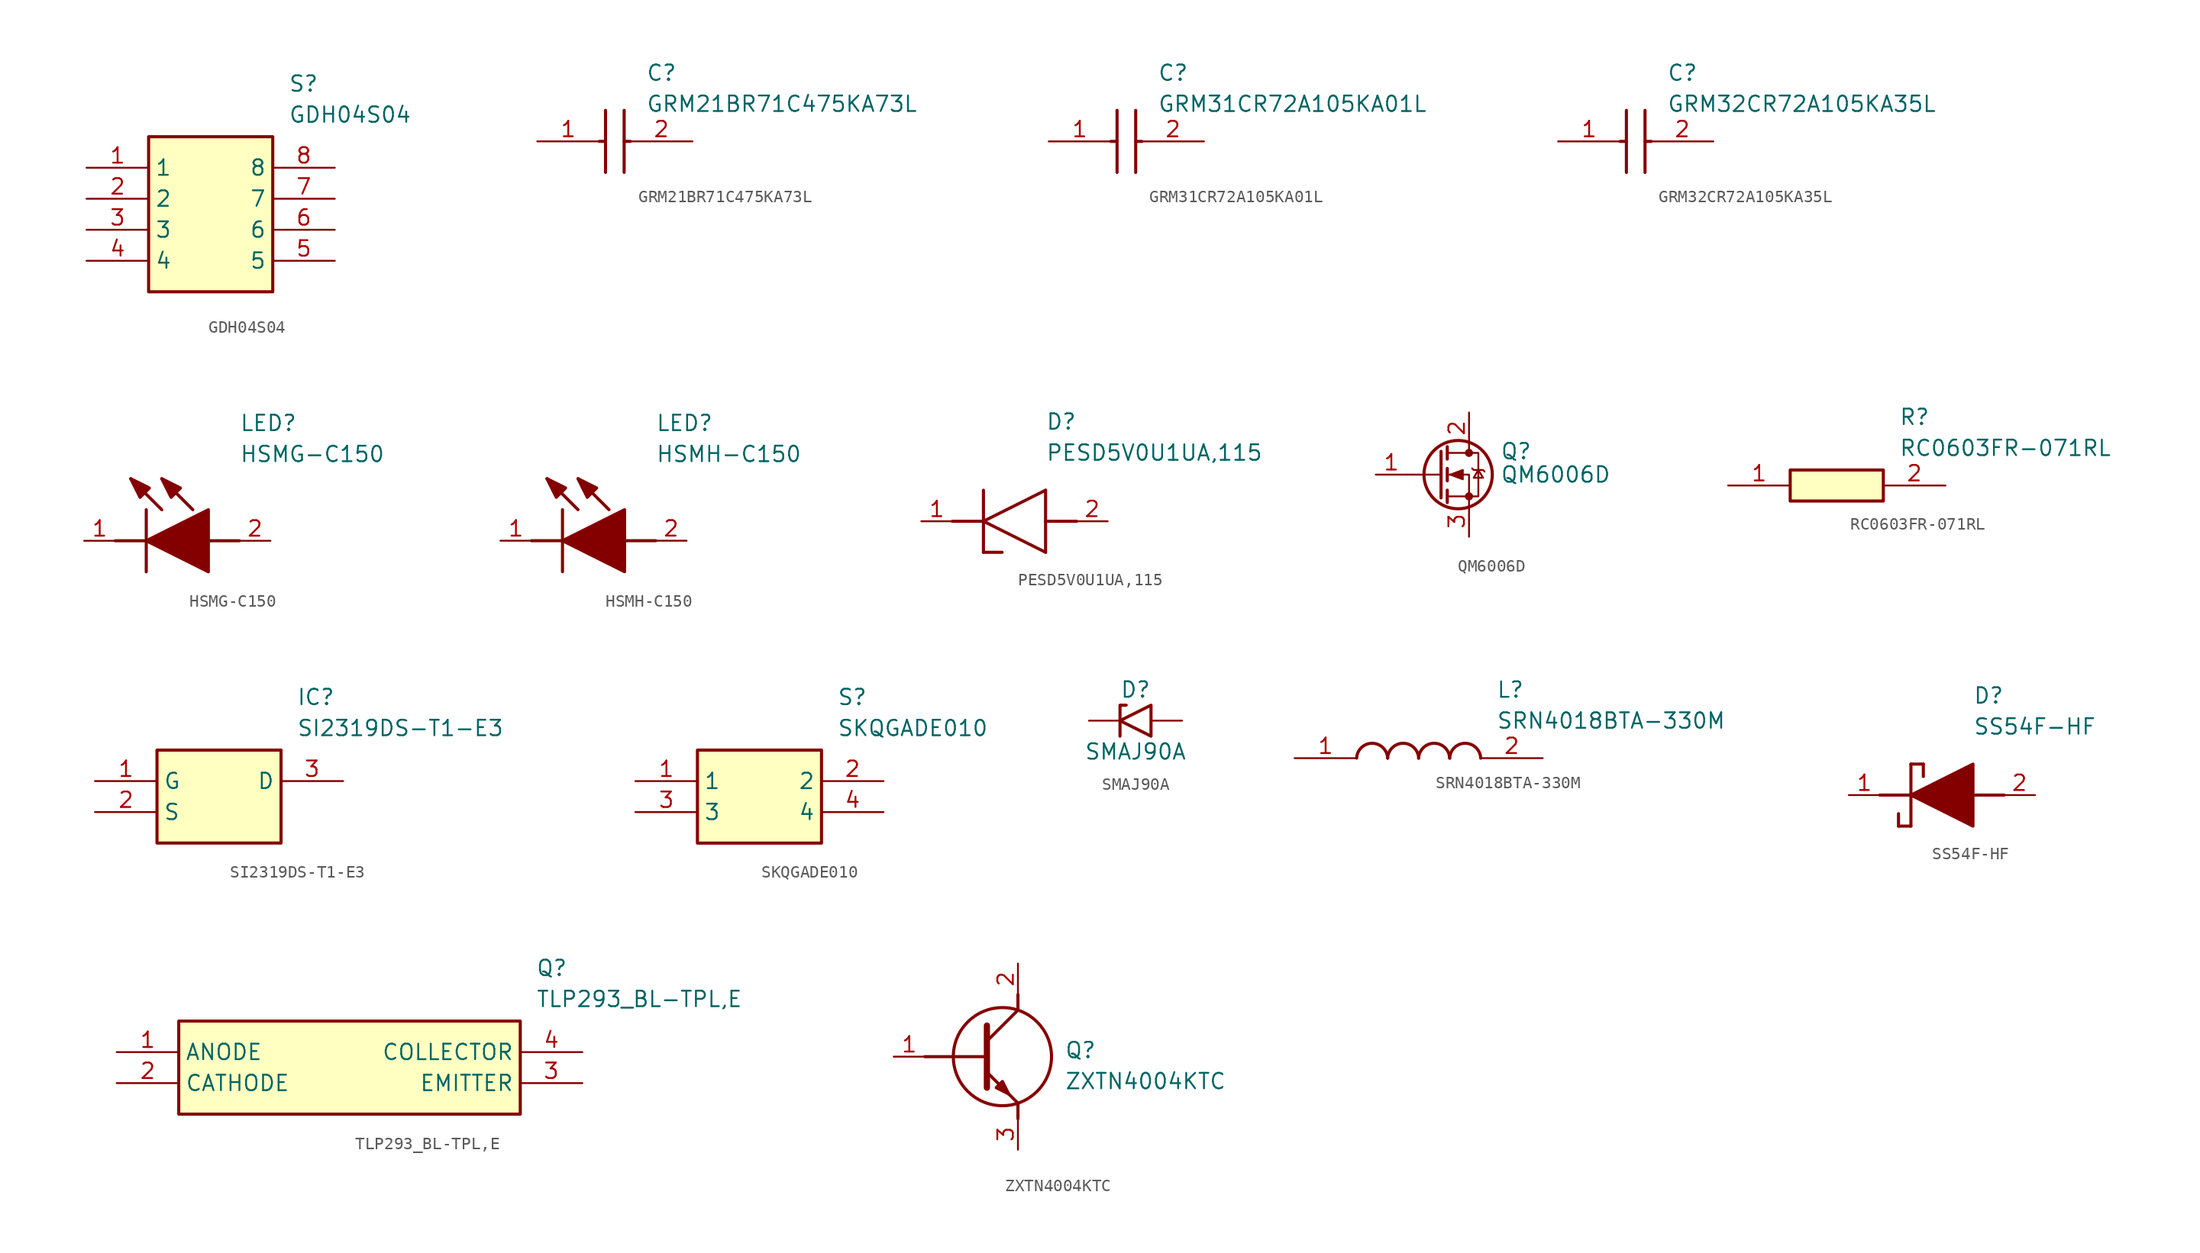
<source format=kicad_sym>
(kicad_symbol_lib
  (version 20220914)
  (generator kicad_symbol_editor)
  (symbol "GDH04S04"
    (property "Reference" "S"
      (at 16.51 7.62 0)
      (effects (font (size 1.27 1.27)) (justify left top)))
    (property "Value" "GDH04S04"
      (at 16.51 5.08 0)
      (effects (font (size 1.27 1.27)) (justify left top)))
    (symbol "GDH04S04_1_1"
      (rectangle (start 5.08 2.54) (end 15.24 -10.16) (stroke (width 0.254) (type default)) (fill (type background)))
      (pin passive line (at 0 0 0) (length 5.08) (name "1" (effects (font (size 1.27 1.27)))) (number "1" (effects (font (size 1.27 1.27)))))
      (pin passive line (at 0 -2.54 0) (length 5.08) (name "2" (effects (font (size 1.27 1.27)))) (number "2" (effects (font (size 1.27 1.27)))))
      (pin passive line (at 0 -5.08 0) (length 5.08) (name "3" (effects (font (size 1.27 1.27)))) (number "3" (effects (font (size 1.27 1.27)))))
      (pin passive line (at 0 -7.62 0) (length 5.08) (name "4" (effects (font (size 1.27 1.27)))) (number "4" (effects (font (size 1.27 1.27)))))
      (pin passive line (at 20.32 -7.62 180) (length 5.08) (name "5" (effects (font (size 1.27 1.27)))) (number "5" (effects (font (size 1.27 1.27)))))
      (pin passive line (at 20.32 -5.08 180) (length 5.08) (name "6" (effects (font (size 1.27 1.27)))) (number "6" (effects (font (size 1.27 1.27)))))
      (pin passive line (at 20.32 -2.54 180) (length 5.08) (name "7" (effects (font (size 1.27 1.27)))) (number "7" (effects (font (size 1.27 1.27)))))
      (pin passive line (at 20.32 0 180) (length 5.08) (name "8" (effects (font (size 1.27 1.27)))) (number "8" (effects (font (size 1.27 1.27)))))))
  (symbol "GRM21BR71C475KA73L"
    (pin_names hide)
    (property "Reference" "C"
      (at 8.89 6.35 0)
      (effects (font (size 1.27 1.27)) (justify left top)))
    (property "Value" "GRM21BR71C475KA73L"
      (at 8.89 3.81 0)
      (effects (font (size 1.27 1.27)) (justify left top)))
    (symbol "GRM21BR71C475KA73L_1_1"
      (polyline (pts (xy 5.08 0) (xy 5.588 0)) (stroke (width 0.254) (type default)) (fill (type none)))
      (polyline (pts (xy 5.588 2.54) (xy 5.588 -2.54)) (stroke (width 0.254) (type default)) (fill (type none)))
      (polyline (pts (xy 7.112 0) (xy 7.62 0)) (stroke (width 0.254) (type default)) (fill (type none)))
      (polyline (pts (xy 7.112 2.54) (xy 7.112 -2.54)) (stroke (width 0.254) (type default)) (fill (type none)))
      (pin passive line (at 0 0 0) (length 5.08) (name "1" (effects (font (size 1.27 1.27)))) (number "1" (effects (font (size 1.27 1.27)))))
      (pin passive line (at 12.7 0 180) (length 5.08) (name "2" (effects (font (size 1.27 1.27)))) (number "2" (effects (font (size 1.27 1.27)))))))
  (symbol "GRM31CR72A105KA01L"
    (pin_names hide)
    (property "Reference" "C"
      (at 8.89 6.35 0)
      (effects (font (size 1.27 1.27)) (justify left top)))
    (property "Value" "GRM31CR72A105KA01L"
      (at 8.89 3.81 0)
      (effects (font (size 1.27 1.27)) (justify left top)))
    (symbol "GRM31CR72A105KA01L_1_1"
      (polyline (pts (xy 5.08 0) (xy 5.588 0)) (stroke (width 0.254) (type default)) (fill (type none)))
      (polyline (pts (xy 5.588 2.54) (xy 5.588 -2.54)) (stroke (width 0.254) (type default)) (fill (type none)))
      (polyline (pts (xy 7.112 0) (xy 7.62 0)) (stroke (width 0.254) (type default)) (fill (type none)))
      (polyline (pts (xy 7.112 2.54) (xy 7.112 -2.54)) (stroke (width 0.254) (type default)) (fill (type none)))
      (pin passive line (at 0 0 0) (length 5.08) (name "1" (effects (font (size 1.27 1.27)))) (number "1" (effects (font (size 1.27 1.27)))))
      (pin passive line (at 12.7 0 180) (length 5.08) (name "2" (effects (font (size 1.27 1.27)))) (number "2" (effects (font (size 1.27 1.27)))))))
  (symbol "GRM32CR72A105KA35L"
    (pin_names hide)
    (property "Reference" "C"
      (at 8.89 6.35 0)
      (effects (font (size 1.27 1.27)) (justify left top)))
    (property "Value" "GRM32CR72A105KA35L"
      (at 8.89 3.81 0)
      (effects (font (size 1.27 1.27)) (justify left top)))
    (symbol "GRM32CR72A105KA35L_1_1"
      (polyline (pts (xy 5.08 0) (xy 5.588 0)) (stroke (width 0.254) (type default)) (fill (type none)))
      (polyline (pts (xy 5.588 2.54) (xy 5.588 -2.54)) (stroke (width 0.254) (type default)) (fill (type none)))
      (polyline (pts (xy 7.112 0) (xy 7.62 0)) (stroke (width 0.254) (type default)) (fill (type none)))
      (polyline (pts (xy 7.112 2.54) (xy 7.112 -2.54)) (stroke (width 0.254) (type default)) (fill (type none)))
      (pin passive line (at 0 0 0) (length 5.08) (name "1" (effects (font (size 1.27 1.27)))) (number "1" (effects (font (size 1.27 1.27)))))
      (pin passive line (at 12.7 0 180) (length 5.08) (name "2" (effects (font (size 1.27 1.27)))) (number "2" (effects (font (size 1.27 1.27)))))))
  (symbol "HSMG-C150"
    (pin_names hide)
    (property "Reference" "LED"
      (at 12.7 8.89 0)
      (effects (font (size 1.27 1.27)) (justify left bottom)))
    (property "Value" "HSMG-C150"
      (at 12.7 6.35 0)
      (effects (font (size 1.27 1.27)) (justify left bottom)))
    (symbol "HSMG-C150_1_1"
      (polyline (pts (xy 2.54 0) (xy 5.08 0)) (stroke (width 0.254) (type default)) (fill (type none)))
      (polyline (pts (xy 5.08 2.54) (xy 5.08 -2.54)) (stroke (width 0.254) (type default)) (fill (type none)))
      (polyline (pts (xy 6.35 2.54) (xy 3.81 5.08)) (stroke (width 0.254) (type default)) (fill (type none)))
      (polyline (pts (xy 8.89 2.54) (xy 6.35 5.08)) (stroke (width 0.254) (type default)) (fill (type none)))
      (polyline (pts (xy 10.16 0) (xy 12.7 0)) (stroke (width 0.254) (type default)) (fill (type none)))
      (polyline (pts (xy 5.08 0) (xy 10.16 2.54) (xy 10.16 -2.54) (xy 5.08 0)) (stroke (width 0.254) (type default)) (fill (type outline)))
      (polyline (pts (xy 5.334 4.318) (xy 4.572 3.556) (xy 3.81 5.08) (xy 5.334 4.318)) (stroke (width 0.254) (type default)) (fill (type outline)))
      (polyline (pts (xy 7.874 4.318) (xy 7.112 3.556) (xy 6.35 5.08) (xy 7.874 4.318)) (stroke (width 0.254) (type default)) (fill (type outline)))
      (pin passive line (at 0 0 0) (length 2.54) (name "K" (effects (font (size 1.27 1.27)))) (number "1" (effects (font (size 1.27 1.27)))))
      (pin passive line (at 15.24 0 180) (length 2.54) (name "A" (effects (font (size 1.27 1.27)))) (number "2" (effects (font (size 1.27 1.27)))))))
  (symbol "HSMH-C150"
    (pin_names hide)
    (property "Reference" "LED"
      (at 12.7 8.89 0)
      (effects (font (size 1.27 1.27)) (justify left bottom)))
    (property "Value" "HSMH-C150"
      (at 12.7 6.35 0)
      (effects (font (size 1.27 1.27)) (justify left bottom)))
    (symbol "HSMH-C150_1_1"
      (polyline (pts (xy 2.54 0) (xy 5.08 0)) (stroke (width 0.254) (type default)) (fill (type none)))
      (polyline (pts (xy 5.08 2.54) (xy 5.08 -2.54)) (stroke (width 0.254) (type default)) (fill (type none)))
      (polyline (pts (xy 6.35 2.54) (xy 3.81 5.08)) (stroke (width 0.254) (type default)) (fill (type none)))
      (polyline (pts (xy 8.89 2.54) (xy 6.35 5.08)) (stroke (width 0.254) (type default)) (fill (type none)))
      (polyline (pts (xy 10.16 0) (xy 12.7 0)) (stroke (width 0.254) (type default)) (fill (type none)))
      (polyline (pts (xy 5.08 0) (xy 10.16 2.54) (xy 10.16 -2.54) (xy 5.08 0)) (stroke (width 0.254) (type default)) (fill (type outline)))
      (polyline (pts (xy 5.334 4.318) (xy 4.572 3.556) (xy 3.81 5.08) (xy 5.334 4.318)) (stroke (width 0.254) (type default)) (fill (type outline)))
      (polyline (pts (xy 7.874 4.318) (xy 7.112 3.556) (xy 6.35 5.08) (xy 7.874 4.318)) (stroke (width 0.254) (type default)) (fill (type outline)))
      (pin passive line (at 0 0 0) (length 2.54) (name "K" (effects (font (size 1.27 1.27)))) (number "1" (effects (font (size 1.27 1.27)))))
      (pin passive line (at 15.24 0 180) (length 2.54) (name "A" (effects (font (size 1.27 1.27)))) (number "2" (effects (font (size 1.27 1.27)))))))
  (symbol "PESD5V0U1UA,115"
    (pin_names hide)
    (property "Reference" "D"
      (at 10.16 8.89 0)
      (effects (font (size 1.27 1.27)) (justify left top)))
    (property "Value" "PESD5V0U1UA,115"
      (at 10.16 6.35 0)
      (effects (font (size 1.27 1.27)) (justify left top)))
    (symbol "PESD5V0U1UA,115_1_1"
      (polyline (pts (xy 2.54 0) (xy 5.08 0)) (stroke (width 0.254) (type default)) (fill (type none)))
      (polyline (pts (xy 5.08 -2.54) (xy 6.604 -2.54)) (stroke (width 0.254) (type default)) (fill (type none)))
      (polyline (pts (xy 5.08 0) (xy 10.16 2.54)) (stroke (width 0.254) (type default)) (fill (type none)))
      (polyline (pts (xy 5.08 2.54) (xy 5.08 -2.54)) (stroke (width 0.254) (type default)) (fill (type none)))
      (polyline (pts (xy 10.16 -2.54) (xy 5.08 0)) (stroke (width 0.254) (type default)) (fill (type none)))
      (polyline (pts (xy 10.16 -2.54) (xy 10.16 2.54)) (stroke (width 0.254) (type default)) (fill (type none)))
      (polyline (pts (xy 12.7 0) (xy 10.16 0)) (stroke (width 0.254) (type default)) (fill (type none)))
      (pin passive line (at 0 0 0) (length 2.54) (name "K" (effects (font (size 1.27 1.27)))) (number "1" (effects (font (size 1.27 1.27)))))
      (pin passive line (at 15.24 0 180) (length 2.54) (name "A" (effects (font (size 1.27 1.27)))) (number "2" (effects (font (size 1.27 1.27)))))))
  (symbol "QM6006D"
    (pin_names hide)
    (property "Reference" "Q"
      (at 5.08 1.905 0)
      (effects (font (size 1.27 1.27)) (justify left)))
    (property "Value" "QM6006D"
      (at 5.08 0 0)
      (effects (font (size 1.27 1.27)) (justify left)))
    (symbol "QM6006D_0_1"
      (polyline (pts (xy 0.254 0) (xy -2.54 0)) (stroke (width 0) (type default)) (fill (type none)))
      (polyline (pts (xy 0.254 1.905) (xy 0.254 -1.905)) (stroke (width 0.254) (type default)) (fill (type none)))
      (polyline (pts (xy 0.762 -1.27) (xy 0.762 -2.286)) (stroke (width 0.254) (type default)) (fill (type none)))
      (polyline (pts (xy 0.762 0.508) (xy 0.762 -0.508)) (stroke (width 0.254) (type default)) (fill (type none)))
      (polyline (pts (xy 0.762 2.286) (xy 0.762 1.27)) (stroke (width 0.254) (type default)) (fill (type none)))
      (polyline (pts (xy 2.54 2.54) (xy 2.54 1.778)) (stroke (width 0) (type default)) (fill (type none)))
      (polyline (pts (xy 2.54 -2.54) (xy 2.54 0) (xy 0.762 0)) (stroke (width 0) (type default)) (fill (type none)))
      (polyline (pts (xy 0.762 -1.778) (xy 3.302 -1.778) (xy 3.302 1.778) (xy 0.762 1.778)) (stroke (width 0) (type default)) (fill (type none)))
      (polyline (pts (xy 1.016 0) (xy 2.032 0.381) (xy 2.032 -0.381) (xy 1.016 0)) (stroke (width 0) (type default)) (fill (type outline)))
      (polyline (pts (xy 2.794 0.508) (xy 2.921 0.381) (xy 3.683 0.381) (xy 3.81 0.254)) (stroke (width 0) (type default)) (fill (type none)))
      (polyline (pts (xy 3.302 0.381) (xy 2.921 -0.254) (xy 3.683 -0.254) (xy 3.302 0.381)) (stroke (width 0) (type default)) (fill (type none)))
      (circle (center 1.651 0) (radius 2.794) (stroke (width 0.254) (type default)) (fill (type none)))
      (circle (center 2.54 -1.778) (radius 0.254) (stroke (width 0) (type default)) (fill (type outline)))
      (circle (center 2.54 1.778) (radius 0.254) (stroke (width 0) (type default)) (fill (type outline))))
    (symbol "QM6006D_1_1"
      (pin input line (at -5.08 0 0) (length 2.54) (name "G" (effects (font (size 1.27 1.27)))) (number "1" (effects (font (size 1.27 1.27)))))
      (pin passive line (at 2.54 5.08 270) (length 2.54) (name "D" (effects (font (size 1.27 1.27)))) (number "2" (effects (font (size 1.27 1.27)))))
      (pin passive line (at 2.54 -5.08 90) (length 2.54) (name "S" (effects (font (size 1.27 1.27)))) (number "3" (effects (font (size 1.27 1.27)))))))
  (symbol "RC0603FR-071RL"
    (pin_names hide)
    (property "Reference" "R"
      (at 13.97 6.35 0)
      (effects (font (size 1.27 1.27)) (justify left top)))
    (property "Value" "RC0603FR-071RL"
      (at 13.97 3.81 0)
      (effects (font (size 1.27 1.27)) (justify left top)))
    (symbol "RC0603FR-071RL_1_1"
      (rectangle (start 5.08 1.27) (end 12.7 -1.27) (stroke (width 0.254) (type default)) (fill (type background)))
      (pin passive line (at 0 0 0) (length 5.08) (name "1" (effects (font (size 1.27 1.27)))) (number "1" (effects (font (size 1.27 1.27)))))
      (pin passive line (at 17.78 0 180) (length 5.08) (name "2" (effects (font (size 1.27 1.27)))) (number "2" (effects (font (size 1.27 1.27)))))))
  (symbol "SI2319DS-T1-E3"
    (property "Reference" "IC"
      (at 16.51 7.62 0)
      (effects (font (size 1.27 1.27)) (justify left top)))
    (property "Value" "SI2319DS-T1-E3"
      (at 16.51 5.08 0)
      (effects (font (size 1.27 1.27)) (justify left top)))
    (symbol "SI2319DS-T1-E3_1_1"
      (rectangle (start 5.08 2.54) (end 15.24 -5.08) (stroke (width 0.254) (type default)) (fill (type background)))
      (pin passive line (at 0 0 0) (length 5.08) (name "G" (effects (font (size 1.27 1.27)))) (number "1" (effects (font (size 1.27 1.27)))))
      (pin passive line (at 0 -2.54 0) (length 5.08) (name "S" (effects (font (size 1.27 1.27)))) (number "2" (effects (font (size 1.27 1.27)))))
      (pin passive line (at 20.32 0 180) (length 5.08) (name "D" (effects (font (size 1.27 1.27)))) (number "3" (effects (font (size 1.27 1.27)))))))
  (symbol "SKQGADE010"
    (property "Reference" "S"
      (at 16.51 7.62 0)
      (effects (font (size 1.27 1.27)) (justify left top)))
    (property "Value" "SKQGADE010"
      (at 16.51 5.08 0)
      (effects (font (size 1.27 1.27)) (justify left top)))
    (symbol "SKQGADE010_1_1"
      (rectangle (start 5.08 2.54) (end 15.24 -5.08) (stroke (width 0.254) (type default)) (fill (type background)))
      (pin passive line (at 0 0 0) (length 5.08) (name "1" (effects (font (size 1.27 1.27)))) (number "1" (effects (font (size 1.27 1.27)))))
      (pin passive line (at 20.32 0 180) (length 5.08) (name "2" (effects (font (size 1.27 1.27)))) (number "2" (effects (font (size 1.27 1.27)))))
      (pin passive line (at 0 -2.54 0) (length 5.08) (name "3" (effects (font (size 1.27 1.27)))) (number "3" (effects (font (size 1.27 1.27)))))
      (pin passive line (at 20.32 -2.54 180) (length 5.08) (name "4" (effects (font (size 1.27 1.27)))) (number "4" (effects (font (size 1.27 1.27)))))))
  (symbol "SMAJ90A"
    (pin_numbers hide)
    (pin_names
      (offset 1.016) hide)
    (property "Reference" "D"
      (at 0 2.54 0)
      (effects (font (size 1.27 1.27))))
    (property "Value" "SMAJ90A"
      (at 0 -2.54 0)
      (effects (font (size 1.27 1.27))))
    (symbol "SMAJ90A_0_1"
      (polyline (pts (xy -0.762 1.27) (xy -1.27 1.27) (xy -1.27 -1.27)) (stroke (width 0.254) (type default)) (fill (type none)))
      (polyline (pts (xy 1.27 1.27) (xy 1.27 -1.27) (xy -1.27 0) (xy 1.27 1.27)) (stroke (width 0.254) (type default)) (fill (type none))))
    (symbol "SMAJ90A_1_1"
      (pin passive line (at -3.81 0 0) (length 2.54) (name "A1" (effects (font (size 1.27 1.27)))) (number "1" (effects (font (size 1.27 1.27)))))
      (pin passive line (at 3.81 0 180) (length 2.54) (name "A2" (effects (font (size 1.27 1.27)))) (number "2" (effects (font (size 1.27 1.27)))))))
  (symbol "SRN4018BTA-330M"
    (pin_names hide)
    (property "Reference" "L"
      (at 16.51 6.35 0)
      (effects (font (size 1.27 1.27)) (justify left top)))
    (property "Value" "SRN4018BTA-330M"
      (at 16.51 3.81 0)
      (effects (font (size 1.27 1.27)) (justify left top)))
    (symbol "SRN4018BTA-330M_1_1"
      (arc (start 7.62 0) (mid 6.35 1.219) (end 5.08 0) (stroke (width 0.254) (type default)) (fill (type none)))
      (arc (start 10.16 0) (mid 8.89 1.219) (end 7.62 0) (stroke (width 0.254) (type default)) (fill (type none)))
      (arc (start 12.7 0) (mid 11.43 1.219) (end 10.16 0) (stroke (width 0.254) (type default)) (fill (type none)))
      (arc (start 15.24 0) (mid 13.97 1.219) (end 12.7 0) (stroke (width 0.254) (type default)) (fill (type none)))
      (pin passive line (at 0 0 0) (length 5.08) (name "1" (effects (font (size 1.27 1.27)))) (number "1" (effects (font (size 1.27 1.27)))))
      (pin passive line (at 20.32 0 180) (length 5.08) (name "2" (effects (font (size 1.27 1.27)))) (number "2" (effects (font (size 1.27 1.27)))))))
  (symbol "SS54F-HF"
    (pin_names hide)
    (property "Reference" "D"
      (at 12.7 8.89 0)
      (effects (font (size 1.27 1.27)) (justify left top)))
    (property "Value" "SS54F-HF"
      (at 12.7 6.35 0)
      (effects (font (size 1.27 1.27)) (justify left top)))
    (symbol "SS54F-HF_1_1"
      (polyline (pts (xy 5.08 0) (xy 7.62 0)) (stroke (width 0.254) (type default)) (fill (type none)))
      (polyline (pts (xy 6.604 -1.524) (xy 6.604 -2.54)) (stroke (width 0.254) (type default)) (fill (type none)))
      (polyline (pts (xy 7.62 -2.54) (xy 6.604 -2.54)) (stroke (width 0.254) (type default)) (fill (type none)))
      (polyline (pts (xy 7.62 2.54) (xy 7.62 -2.54)) (stroke (width 0.254) (type default)) (fill (type none)))
      (polyline (pts (xy 7.62 2.54) (xy 8.636 2.54)) (stroke (width 0.254) (type default)) (fill (type none)))
      (polyline (pts (xy 8.636 1.524) (xy 8.636 2.54)) (stroke (width 0.254) (type default)) (fill (type none)))
      (polyline (pts (xy 12.7 0) (xy 15.24 0)) (stroke (width 0.254) (type default)) (fill (type none)))
      (polyline (pts (xy 7.62 0) (xy 12.7 2.54) (xy 12.7 -2.54) (xy 7.62 0)) (stroke (width 0.254) (type default)) (fill (type outline)))
      (pin output line (at 2.54 0 0) (length 2.54) (name "K" (effects (font (size 1.27 1.27)))) (number "1" (effects (font (size 1.27 1.27)))))
      (pin input line (at 17.78 0 180) (length 2.54) (name "A" (effects (font (size 1.27 1.27)))) (number "2" (effects (font (size 1.27 1.27)))))))
  (symbol "TLP293_BL-TPL,E"
    (property "Reference" "Q"
      (at 34.29 7.62 0)
      (effects (font (size 1.27 1.27)) (justify left top)))
    (property "Value" "TLP293_BL-TPL,E"
      (at 34.29 5.08 0)
      (effects (font (size 1.27 1.27)) (justify left top)))
    (symbol "TLP293_BL-TPL,E_1_1"
      (rectangle (start 5.08 2.54) (end 33.02 -5.08) (stroke (width 0.254) (type default)) (fill (type background)))
      (pin passive line (at 0 0 0) (length 5.08) (name "ANODE" (effects (font (size 1.27 1.27)))) (number "1" (effects (font (size 1.27 1.27)))))
      (pin passive line (at 0 -2.54 0) (length 5.08) (name "CATHODE" (effects (font (size 1.27 1.27)))) (number "2" (effects (font (size 1.27 1.27)))))
      (pin passive line (at 38.1 -2.54 180) (length 5.08) (name "EMITTER" (effects (font (size 1.27 1.27)))) (number "3" (effects (font (size 1.27 1.27)))))
      (pin passive line (at 38.1 0 180) (length 5.08) (name "COLLECTOR" (effects (font (size 1.27 1.27)))) (number "4" (effects (font (size 1.27 1.27)))))))
  (symbol "ZXTN4004KTC"
    (pin_names hide)
    (property "Reference" "Q"
      (at 13.97 1.27 0)
      (effects (font (size 1.27 1.27)) (justify left top)))
    (property "Value" "ZXTN4004KTC"
      (at 13.97 -1.27 0)
      (effects (font (size 1.27 1.27)) (justify left top)))
    (symbol "ZXTN4004KTC_1_1"
      (polyline (pts (xy 2.54 0) (xy 7.62 0)) (stroke (width 0.254) (type default)) (fill (type none)))
      (polyline (pts (xy 7.62 -1.27) (xy 10.16 -3.81)) (stroke (width 0.254) (type default)) (fill (type none)))
      (polyline (pts (xy 7.62 1.27) (xy 10.16 3.81)) (stroke (width 0.254) (type default)) (fill (type none)))
      (polyline (pts (xy 7.62 2.54) (xy 7.62 -2.54)) (stroke (width 0.508) (type default)) (fill (type none)))
      (polyline (pts (xy 10.16 -3.81) (xy 10.16 -5.08)) (stroke (width 0.254) (type default)) (fill (type none)))
      (polyline (pts (xy 10.16 3.81) (xy 10.16 5.08)) (stroke (width 0.254) (type default)) (fill (type none)))
      (polyline (pts (xy 8.382 -2.54) (xy 8.89 -2.032) (xy 9.398 -3.048) (xy 8.382 -2.54)) (stroke (width 0.254) (type default)) (fill (type outline)))
      (circle (center 8.89 0) (radius 4.016) (stroke (width 0.254) (type default)) (fill (type none)))
      (pin passive line (at 0 0 0) (length 2.54) (name "B" (effects (font (size 1.27 1.27)))) (number "1" (effects (font (size 1.27 1.27)))))
      (pin passive line (at 10.16 7.62 270) (length 2.54) (name "C" (effects (font (size 1.27 1.27)))) (number "2" (effects (font (size 1.27 1.27)))))
      (pin passive line (at 10.16 -7.62 90) (length 2.54) (name "E" (effects (font (size 1.27 1.27)))) (number "3" (effects (font (size 1.27 1.27))))))))
</source>
